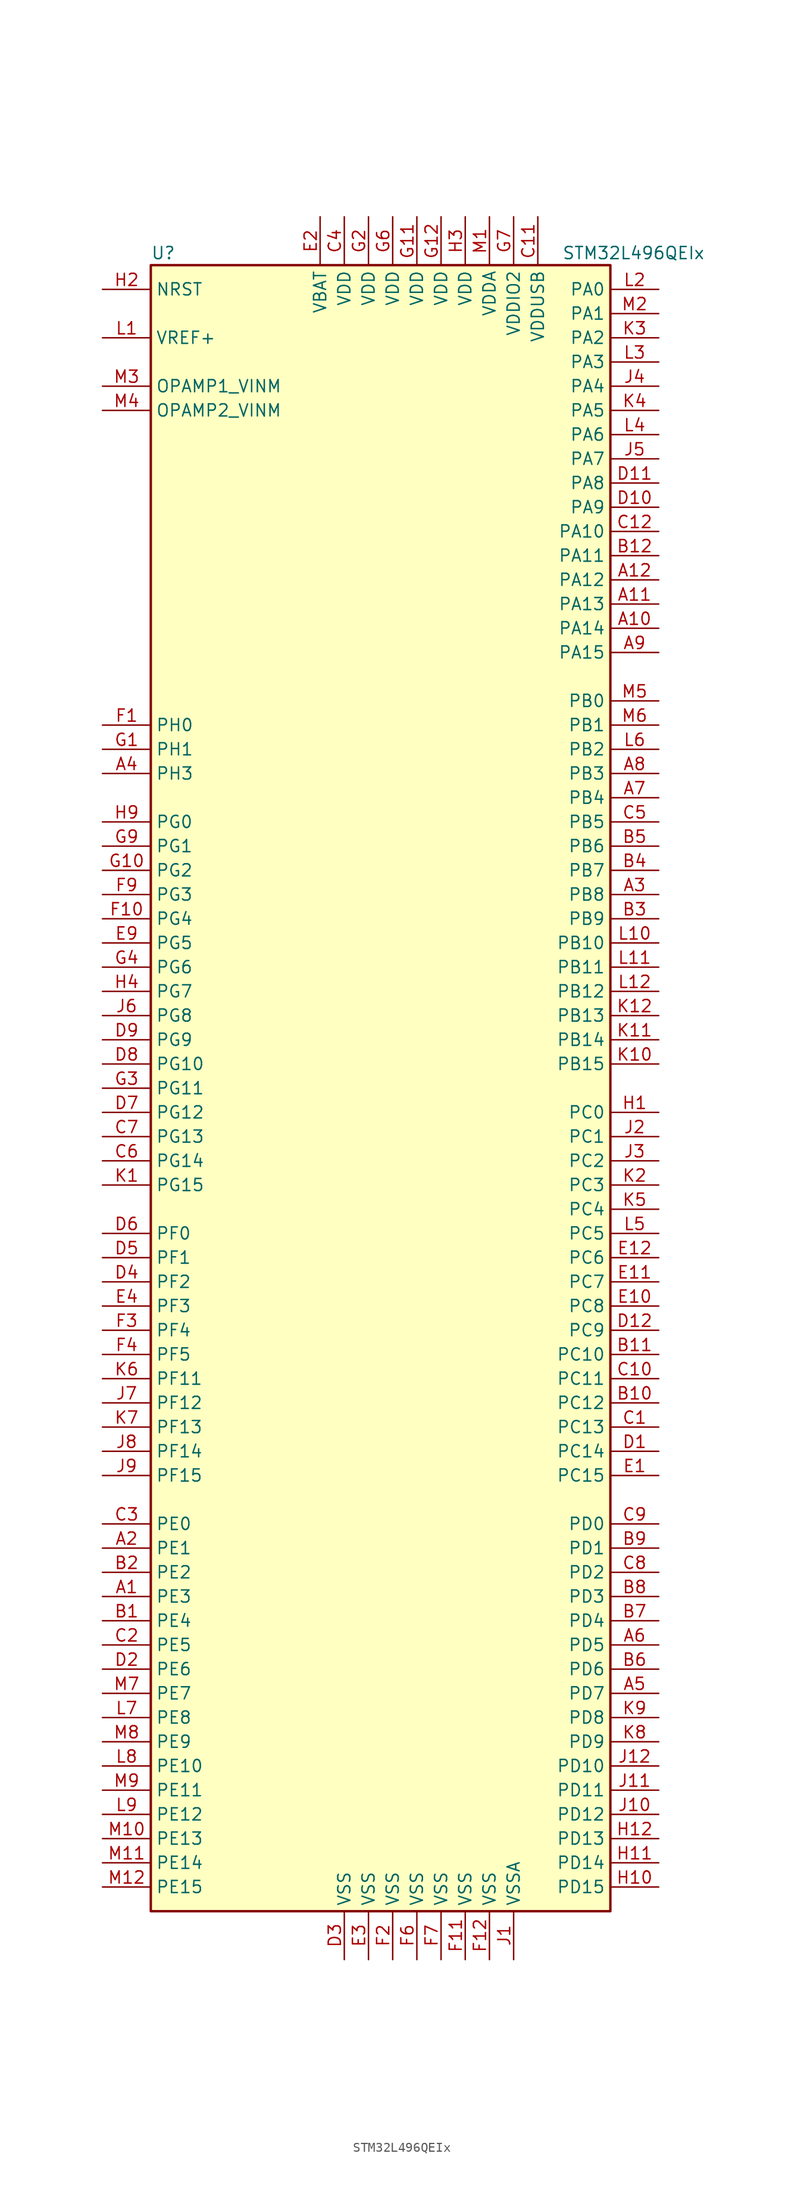
<source format=kicad_sym>
(kicad_symbol_lib
  (version 20220914)
  (generator kicad_symbol_editor)
  (symbol "STM32L496QEIx"
    (property "Reference" "U"
      (at -25.4 87.63 0)
      (effects (font (size 1.27 1.27)) (justify left)))
    (property "Value" "STM32L496QEIx"
      (at 17.78 87.63 0)
      (effects (font (size 1.27 1.27)) (justify left)))
    (symbol "STM32L496QEIx_0_1"
      (rectangle (start -25.4 -86.36) (end 22.86 86.36) (stroke (width 0.254) (type default)) (fill (type background))))
    (symbol "STM32L496QEIx_1_1"
      (pin bidirectional line (at -30.48 -53.34 0) (length 5.08) (name "PE3" (effects (font (size 1.27 1.27)))) (number "A1" (effects (font (size 1.27 1.27)))))
      (pin bidirectional line (at 27.94 48.26 180) (length 5.08) (name "PA14" (effects (font (size 1.27 1.27)))) (number "A10" (effects (font (size 1.27 1.27)))))
      (pin bidirectional line (at 27.94 50.8 180) (length 5.08) (name "PA13" (effects (font (size 1.27 1.27)))) (number "A11" (effects (font (size 1.27 1.27)))))
      (pin bidirectional line (at 27.94 53.34 180) (length 5.08) (name "PA12" (effects (font (size 1.27 1.27)))) (number "A12" (effects (font (size 1.27 1.27)))))
      (pin bidirectional line (at -30.48 -48.26 0) (length 5.08) (name "PE1" (effects (font (size 1.27 1.27)))) (number "A2" (effects (font (size 1.27 1.27)))))
      (pin bidirectional line (at 27.94 20.32 180) (length 5.08) (name "PB8" (effects (font (size 1.27 1.27)))) (number "A3" (effects (font (size 1.27 1.27)))))
      (pin bidirectional line (at -30.48 33.02 0) (length 5.08) (name "PH3" (effects (font (size 1.27 1.27)))) (number "A4" (effects (font (size 1.27 1.27)))))
      (pin bidirectional line (at 27.94 -63.5 180) (length 5.08) (name "PD7" (effects (font (size 1.27 1.27)))) (number "A5" (effects (font (size 1.27 1.27)))))
      (pin bidirectional line (at 27.94 -58.42 180) (length 5.08) (name "PD5" (effects (font (size 1.27 1.27)))) (number "A6" (effects (font (size 1.27 1.27)))))
      (pin bidirectional line (at 27.94 30.48 180) (length 5.08) (name "PB4" (effects (font (size 1.27 1.27)))) (number "A7" (effects (font (size 1.27 1.27)))))
      (pin bidirectional line (at 27.94 33.02 180) (length 5.08) (name "PB3" (effects (font (size 1.27 1.27)))) (number "A8" (effects (font (size 1.27 1.27)))))
      (pin bidirectional line (at 27.94 45.72 180) (length 5.08) (name "PA15" (effects (font (size 1.27 1.27)))) (number "A9" (effects (font (size 1.27 1.27)))))
      (pin bidirectional line (at -30.48 -55.88 0) (length 5.08) (name "PE4" (effects (font (size 1.27 1.27)))) (number "B1" (effects (font (size 1.27 1.27)))))
      (pin bidirectional line (at 27.94 -33.02 180) (length 5.08) (name "PC12" (effects (font (size 1.27 1.27)))) (number "B10" (effects (font (size 1.27 1.27)))))
      (pin bidirectional line (at 27.94 -27.94 180) (length 5.08) (name "PC10" (effects (font (size 1.27 1.27)))) (number "B11" (effects (font (size 1.27 1.27)))))
      (pin bidirectional line (at 27.94 55.88 180) (length 5.08) (name "PA11" (effects (font (size 1.27 1.27)))) (number "B12" (effects (font (size 1.27 1.27)))))
      (pin bidirectional line (at -30.48 -50.8 0) (length 5.08) (name "PE2" (effects (font (size 1.27 1.27)))) (number "B2" (effects (font (size 1.27 1.27)))))
      (pin bidirectional line (at 27.94 17.78 180) (length 5.08) (name "PB9" (effects (font (size 1.27 1.27)))) (number "B3" (effects (font (size 1.27 1.27)))))
      (pin bidirectional line (at 27.94 22.86 180) (length 5.08) (name "PB7" (effects (font (size 1.27 1.27)))) (number "B4" (effects (font (size 1.27 1.27)))))
      (pin bidirectional line (at 27.94 25.4 180) (length 5.08) (name "PB6" (effects (font (size 1.27 1.27)))) (number "B5" (effects (font (size 1.27 1.27)))))
      (pin bidirectional line (at 27.94 -60.96 180) (length 5.08) (name "PD6" (effects (font (size 1.27 1.27)))) (number "B6" (effects (font (size 1.27 1.27)))))
      (pin bidirectional line (at 27.94 -55.88 180) (length 5.08) (name "PD4" (effects (font (size 1.27 1.27)))) (number "B7" (effects (font (size 1.27 1.27)))))
      (pin bidirectional line (at 27.94 -53.34 180) (length 5.08) (name "PD3" (effects (font (size 1.27 1.27)))) (number "B8" (effects (font (size 1.27 1.27)))))
      (pin bidirectional line (at 27.94 -48.26 180) (length 5.08) (name "PD1" (effects (font (size 1.27 1.27)))) (number "B9" (effects (font (size 1.27 1.27)))))
      (pin bidirectional line (at 27.94 -35.56 180) (length 5.08) (name "PC13" (effects (font (size 1.27 1.27)))) (number "C1" (effects (font (size 1.27 1.27)))))
      (pin bidirectional line (at 27.94 -30.48 180) (length 5.08) (name "PC11" (effects (font (size 1.27 1.27)))) (number "C10" (effects (font (size 1.27 1.27)))))
      (pin power_in line (at 15.24 91.44 270) (length 5.08) (name "VDDUSB" (effects (font (size 1.27 1.27)))) (number "C11" (effects (font (size 1.27 1.27)))))
      (pin bidirectional line (at 27.94 58.42 180) (length 5.08) (name "PA10" (effects (font (size 1.27 1.27)))) (number "C12" (effects (font (size 1.27 1.27)))))
      (pin bidirectional line (at -30.48 -58.42 0) (length 5.08) (name "PE5" (effects (font (size 1.27 1.27)))) (number "C2" (effects (font (size 1.27 1.27)))))
      (pin bidirectional line (at -30.48 -45.72 0) (length 5.08) (name "PE0" (effects (font (size 1.27 1.27)))) (number "C3" (effects (font (size 1.27 1.27)))))
      (pin power_in line (at -5.08 91.44 270) (length 5.08) (name "VDD" (effects (font (size 1.27 1.27)))) (number "C4" (effects (font (size 1.27 1.27)))))
      (pin bidirectional line (at 27.94 27.94 180) (length 5.08) (name "PB5" (effects (font (size 1.27 1.27)))) (number "C5" (effects (font (size 1.27 1.27)))))
      (pin bidirectional line (at -30.48 -7.62 0) (length 5.08) (name "PG14" (effects (font (size 1.27 1.27)))) (number "C6" (effects (font (size 1.27 1.27)))))
      (pin bidirectional line (at -30.48 -5.08 0) (length 5.08) (name "PG13" (effects (font (size 1.27 1.27)))) (number "C7" (effects (font (size 1.27 1.27)))))
      (pin bidirectional line (at 27.94 -50.8 180) (length 5.08) (name "PD2" (effects (font (size 1.27 1.27)))) (number "C8" (effects (font (size 1.27 1.27)))))
      (pin bidirectional line (at 27.94 -45.72 180) (length 5.08) (name "PD0" (effects (font (size 1.27 1.27)))) (number "C9" (effects (font (size 1.27 1.27)))))
      (pin bidirectional line (at 27.94 -38.1 180) (length 5.08) (name "PC14" (effects (font (size 1.27 1.27)))) (number "D1" (effects (font (size 1.27 1.27)))))
      (pin bidirectional line (at 27.94 60.96 180) (length 5.08) (name "PA9" (effects (font (size 1.27 1.27)))) (number "D10" (effects (font (size 1.27 1.27)))))
      (pin bidirectional line (at 27.94 63.5 180) (length 5.08) (name "PA8" (effects (font (size 1.27 1.27)))) (number "D11" (effects (font (size 1.27 1.27)))))
      (pin bidirectional line (at 27.94 -25.4 180) (length 5.08) (name "PC9" (effects (font (size 1.27 1.27)))) (number "D12" (effects (font (size 1.27 1.27)))))
      (pin bidirectional line (at -30.48 -60.96 0) (length 5.08) (name "PE6" (effects (font (size 1.27 1.27)))) (number "D2" (effects (font (size 1.27 1.27)))))
      (pin power_in line (at -5.08 -91.44 90) (length 5.08) (name "VSS" (effects (font (size 1.27 1.27)))) (number "D3" (effects (font (size 1.27 1.27)))))
      (pin bidirectional line (at -30.48 -20.32 0) (length 5.08) (name "PF2" (effects (font (size 1.27 1.27)))) (number "D4" (effects (font (size 1.27 1.27)))))
      (pin bidirectional line (at -30.48 -17.78 0) (length 5.08) (name "PF1" (effects (font (size 1.27 1.27)))) (number "D5" (effects (font (size 1.27 1.27)))))
      (pin bidirectional line (at -30.48 -15.24 0) (length 5.08) (name "PF0" (effects (font (size 1.27 1.27)))) (number "D6" (effects (font (size 1.27 1.27)))))
      (pin bidirectional line (at -30.48 -2.54 0) (length 5.08) (name "PG12" (effects (font (size 1.27 1.27)))) (number "D7" (effects (font (size 1.27 1.27)))))
      (pin bidirectional line (at -30.48 2.54 0) (length 5.08) (name "PG10" (effects (font (size 1.27 1.27)))) (number "D8" (effects (font (size 1.27 1.27)))))
      (pin bidirectional line (at -30.48 5.08 0) (length 5.08) (name "PG9" (effects (font (size 1.27 1.27)))) (number "D9" (effects (font (size 1.27 1.27)))))
      (pin bidirectional line (at 27.94 -40.64 180) (length 5.08) (name "PC15" (effects (font (size 1.27 1.27)))) (number "E1" (effects (font (size 1.27 1.27)))))
      (pin bidirectional line (at 27.94 -22.86 180) (length 5.08) (name "PC8" (effects (font (size 1.27 1.27)))) (number "E10" (effects (font (size 1.27 1.27)))))
      (pin bidirectional line (at 27.94 -20.32 180) (length 5.08) (name "PC7" (effects (font (size 1.27 1.27)))) (number "E11" (effects (font (size 1.27 1.27)))))
      (pin bidirectional line (at 27.94 -17.78 180) (length 5.08) (name "PC6" (effects (font (size 1.27 1.27)))) (number "E12" (effects (font (size 1.27 1.27)))))
      (pin power_in line (at -7.62 91.44 270) (length 5.08) (name "VBAT" (effects (font (size 1.27 1.27)))) (number "E2" (effects (font (size 1.27 1.27)))))
      (pin power_in line (at -2.54 -91.44 90) (length 5.08) (name "VSS" (effects (font (size 1.27 1.27)))) (number "E3" (effects (font (size 1.27 1.27)))))
      (pin bidirectional line (at -30.48 -22.86 0) (length 5.08) (name "PF3" (effects (font (size 1.27 1.27)))) (number "E4" (effects (font (size 1.27 1.27)))))
      (pin bidirectional line (at -30.48 15.24 0) (length 5.08) (name "PG5" (effects (font (size 1.27 1.27)))) (number "E9" (effects (font (size 1.27 1.27)))))
      (pin input line (at -30.48 38.1 0) (length 5.08) (name "PH0" (effects (font (size 1.27 1.27)))) (number "F1" (effects (font (size 1.27 1.27)))))
      (pin bidirectional line (at -30.48 17.78 0) (length 5.08) (name "PG4" (effects (font (size 1.27 1.27)))) (number "F10" (effects (font (size 1.27 1.27)))))
      (pin power_in line (at 7.62 -91.44 90) (length 5.08) (name "VSS" (effects (font (size 1.27 1.27)))) (number "F11" (effects (font (size 1.27 1.27)))))
      (pin power_in line (at 10.16 -91.44 90) (length 5.08) (name "VSS" (effects (font (size 1.27 1.27)))) (number "F12" (effects (font (size 1.27 1.27)))))
      (pin power_in line (at 0 -91.44 90) (length 5.08) (name "VSS" (effects (font (size 1.27 1.27)))) (number "F2" (effects (font (size 1.27 1.27)))))
      (pin bidirectional line (at -30.48 -25.4 0) (length 5.08) (name "PF4" (effects (font (size 1.27 1.27)))) (number "F3" (effects (font (size 1.27 1.27)))))
      (pin bidirectional line (at -30.48 -27.94 0) (length 5.08) (name "PF5" (effects (font (size 1.27 1.27)))) (number "F4" (effects (font (size 1.27 1.27)))))
      (pin power_in line (at 2.54 -91.44 90) (length 5.08) (name "VSS" (effects (font (size 1.27 1.27)))) (number "F6" (effects (font (size 1.27 1.27)))))
      (pin power_in line (at 5.08 -91.44 90) (length 5.08) (name "VSS" (effects (font (size 1.27 1.27)))) (number "F7" (effects (font (size 1.27 1.27)))))
      (pin bidirectional line (at -30.48 20.32 0) (length 5.08) (name "PG3" (effects (font (size 1.27 1.27)))) (number "F9" (effects (font (size 1.27 1.27)))))
      (pin input line (at -30.48 35.56 0) (length 5.08) (name "PH1" (effects (font (size 1.27 1.27)))) (number "G1" (effects (font (size 1.27 1.27)))))
      (pin bidirectional line (at -30.48 22.86 0) (length 5.08) (name "PG2" (effects (font (size 1.27 1.27)))) (number "G10" (effects (font (size 1.27 1.27)))))
      (pin power_in line (at 2.54 91.44 270) (length 5.08) (name "VDD" (effects (font (size 1.27 1.27)))) (number "G11" (effects (font (size 1.27 1.27)))))
      (pin power_in line (at 5.08 91.44 270) (length 5.08) (name "VDD" (effects (font (size 1.27 1.27)))) (number "G12" (effects (font (size 1.27 1.27)))))
      (pin power_in line (at -2.54 91.44 270) (length 5.08) (name "VDD" (effects (font (size 1.27 1.27)))) (number "G2" (effects (font (size 1.27 1.27)))))
      (pin bidirectional line (at -30.48 0 0) (length 5.08) (name "PG11" (effects (font (size 1.27 1.27)))) (number "G3" (effects (font (size 1.27 1.27)))))
      (pin bidirectional line (at -30.48 12.7 0) (length 5.08) (name "PG6" (effects (font (size 1.27 1.27)))) (number "G4" (effects (font (size 1.27 1.27)))))
      (pin power_in line (at 0 91.44 270) (length 5.08) (name "VDD" (effects (font (size 1.27 1.27)))) (number "G6" (effects (font (size 1.27 1.27)))))
      (pin power_in line (at 12.7 91.44 270) (length 5.08) (name "VDDIO2" (effects (font (size 1.27 1.27)))) (number "G7" (effects (font (size 1.27 1.27)))))
      (pin bidirectional line (at -30.48 25.4 0) (length 5.08) (name "PG1" (effects (font (size 1.27 1.27)))) (number "G9" (effects (font (size 1.27 1.27)))))
      (pin bidirectional line (at 27.94 -2.54 180) (length 5.08) (name "PC0" (effects (font (size 1.27 1.27)))) (number "H1" (effects (font (size 1.27 1.27)))))
      (pin bidirectional line (at 27.94 -83.82 180) (length 5.08) (name "PD15" (effects (font (size 1.27 1.27)))) (number "H10" (effects (font (size 1.27 1.27)))))
      (pin bidirectional line (at 27.94 -81.28 180) (length 5.08) (name "PD14" (effects (font (size 1.27 1.27)))) (number "H11" (effects (font (size 1.27 1.27)))))
      (pin bidirectional line (at 27.94 -78.74 180) (length 5.08) (name "PD13" (effects (font (size 1.27 1.27)))) (number "H12" (effects (font (size 1.27 1.27)))))
      (pin input line (at -30.48 83.82 0) (length 5.08) (name "NRST" (effects (font (size 1.27 1.27)))) (number "H2" (effects (font (size 1.27 1.27)))))
      (pin power_in line (at 7.62 91.44 270) (length 5.08) (name "VDD" (effects (font (size 1.27 1.27)))) (number "H3" (effects (font (size 1.27 1.27)))))
      (pin bidirectional line (at -30.48 10.16 0) (length 5.08) (name "PG7" (effects (font (size 1.27 1.27)))) (number "H4" (effects (font (size 1.27 1.27)))))
      (pin bidirectional line (at -30.48 27.94 0) (length 5.08) (name "PG0" (effects (font (size 1.27 1.27)))) (number "H9" (effects (font (size 1.27 1.27)))))
      (pin power_in line (at 12.7 -91.44 90) (length 5.08) (name "VSSA" (effects (font (size 1.27 1.27)))) (number "J1" (effects (font (size 1.27 1.27)))))
      (pin bidirectional line (at 27.94 -76.2 180) (length 5.08) (name "PD12" (effects (font (size 1.27 1.27)))) (number "J10" (effects (font (size 1.27 1.27)))))
      (pin bidirectional line (at 27.94 -73.66 180) (length 5.08) (name "PD11" (effects (font (size 1.27 1.27)))) (number "J11" (effects (font (size 1.27 1.27)))))
      (pin bidirectional line (at 27.94 -71.12 180) (length 5.08) (name "PD10" (effects (font (size 1.27 1.27)))) (number "J12" (effects (font (size 1.27 1.27)))))
      (pin bidirectional line (at 27.94 -5.08 180) (length 5.08) (name "PC1" (effects (font (size 1.27 1.27)))) (number "J2" (effects (font (size 1.27 1.27)))))
      (pin bidirectional line (at 27.94 -7.62 180) (length 5.08) (name "PC2" (effects (font (size 1.27 1.27)))) (number "J3" (effects (font (size 1.27 1.27)))))
      (pin bidirectional line (at 27.94 73.66 180) (length 5.08) (name "PA4" (effects (font (size 1.27 1.27)))) (number "J4" (effects (font (size 1.27 1.27)))))
      (pin bidirectional line (at 27.94 66.04 180) (length 5.08) (name "PA7" (effects (font (size 1.27 1.27)))) (number "J5" (effects (font (size 1.27 1.27)))))
      (pin bidirectional line (at -30.48 7.62 0) (length 5.08) (name "PG8" (effects (font (size 1.27 1.27)))) (number "J6" (effects (font (size 1.27 1.27)))))
      (pin bidirectional line (at -30.48 -33.02 0) (length 5.08) (name "PF12" (effects (font (size 1.27 1.27)))) (number "J7" (effects (font (size 1.27 1.27)))))
      (pin bidirectional line (at -30.48 -38.1 0) (length 5.08) (name "PF14" (effects (font (size 1.27 1.27)))) (number "J8" (effects (font (size 1.27 1.27)))))
      (pin bidirectional line (at -30.48 -40.64 0) (length 5.08) (name "PF15" (effects (font (size 1.27 1.27)))) (number "J9" (effects (font (size 1.27 1.27)))))
      (pin bidirectional line (at -30.48 -10.16 0) (length 5.08) (name "PG15" (effects (font (size 1.27 1.27)))) (number "K1" (effects (font (size 1.27 1.27)))))
      (pin bidirectional line (at 27.94 2.54 180) (length 5.08) (name "PB15" (effects (font (size 1.27 1.27)))) (number "K10" (effects (font (size 1.27 1.27)))))
      (pin bidirectional line (at 27.94 5.08 180) (length 5.08) (name "PB14" (effects (font (size 1.27 1.27)))) (number "K11" (effects (font (size 1.27 1.27)))))
      (pin bidirectional line (at 27.94 7.62 180) (length 5.08) (name "PB13" (effects (font (size 1.27 1.27)))) (number "K12" (effects (font (size 1.27 1.27)))))
      (pin bidirectional line (at 27.94 -10.16 180) (length 5.08) (name "PC3" (effects (font (size 1.27 1.27)))) (number "K2" (effects (font (size 1.27 1.27)))))
      (pin bidirectional line (at 27.94 78.74 180) (length 5.08) (name "PA2" (effects (font (size 1.27 1.27)))) (number "K3" (effects (font (size 1.27 1.27)))))
      (pin bidirectional line (at 27.94 71.12 180) (length 5.08) (name "PA5" (effects (font (size 1.27 1.27)))) (number "K4" (effects (font (size 1.27 1.27)))))
      (pin bidirectional line (at 27.94 -12.7 180) (length 5.08) (name "PC4" (effects (font (size 1.27 1.27)))) (number "K5" (effects (font (size 1.27 1.27)))))
      (pin bidirectional line (at -30.48 -30.48 0) (length 5.08) (name "PF11" (effects (font (size 1.27 1.27)))) (number "K6" (effects (font (size 1.27 1.27)))))
      (pin bidirectional line (at -30.48 -35.56 0) (length 5.08) (name "PF13" (effects (font (size 1.27 1.27)))) (number "K7" (effects (font (size 1.27 1.27)))))
      (pin bidirectional line (at 27.94 -68.58 180) (length 5.08) (name "PD9" (effects (font (size 1.27 1.27)))) (number "K8" (effects (font (size 1.27 1.27)))))
      (pin bidirectional line (at 27.94 -66.04 180) (length 5.08) (name "PD8" (effects (font (size 1.27 1.27)))) (number "K9" (effects (font (size 1.27 1.27)))))
      (pin bidirectional line (at -30.48 78.74 0) (length 5.08) (name "VREF+" (effects (font (size 1.27 1.27)))) (number "L1" (effects (font (size 1.27 1.27)))))
      (pin bidirectional line (at 27.94 15.24 180) (length 5.08) (name "PB10" (effects (font (size 1.27 1.27)))) (number "L10" (effects (font (size 1.27 1.27)))))
      (pin bidirectional line (at 27.94 12.7 180) (length 5.08) (name "PB11" (effects (font (size 1.27 1.27)))) (number "L11" (effects (font (size 1.27 1.27)))))
      (pin bidirectional line (at 27.94 10.16 180) (length 5.08) (name "PB12" (effects (font (size 1.27 1.27)))) (number "L12" (effects (font (size 1.27 1.27)))))
      (pin bidirectional line (at 27.94 83.82 180) (length 5.08) (name "PA0" (effects (font (size 1.27 1.27)))) (number "L2" (effects (font (size 1.27 1.27)))))
      (pin bidirectional line (at 27.94 76.2 180) (length 5.08) (name "PA3" (effects (font (size 1.27 1.27)))) (number "L3" (effects (font (size 1.27 1.27)))))
      (pin bidirectional line (at 27.94 68.58 180) (length 5.08) (name "PA6" (effects (font (size 1.27 1.27)))) (number "L4" (effects (font (size 1.27 1.27)))))
      (pin bidirectional line (at 27.94 -15.24 180) (length 5.08) (name "PC5" (effects (font (size 1.27 1.27)))) (number "L5" (effects (font (size 1.27 1.27)))))
      (pin bidirectional line (at 27.94 35.56 180) (length 5.08) (name "PB2" (effects (font (size 1.27 1.27)))) (number "L6" (effects (font (size 1.27 1.27)))))
      (pin bidirectional line (at -30.48 -66.04 0) (length 5.08) (name "PE8" (effects (font (size 1.27 1.27)))) (number "L7" (effects (font (size 1.27 1.27)))))
      (pin bidirectional line (at -30.48 -71.12 0) (length 5.08) (name "PE10" (effects (font (size 1.27 1.27)))) (number "L8" (effects (font (size 1.27 1.27)))))
      (pin bidirectional line (at -30.48 -76.2 0) (length 5.08) (name "PE12" (effects (font (size 1.27 1.27)))) (number "L9" (effects (font (size 1.27 1.27)))))
      (pin power_in line (at 10.16 91.44 270) (length 5.08) (name "VDDA" (effects (font (size 1.27 1.27)))) (number "M1" (effects (font (size 1.27 1.27)))))
      (pin bidirectional line (at -30.48 -78.74 0) (length 5.08) (name "PE13" (effects (font (size 1.27 1.27)))) (number "M10" (effects (font (size 1.27 1.27)))))
      (pin bidirectional line (at -30.48 -81.28 0) (length 5.08) (name "PE14" (effects (font (size 1.27 1.27)))) (number "M11" (effects (font (size 1.27 1.27)))))
      (pin bidirectional line (at -30.48 -83.82 0) (length 5.08) (name "PE15" (effects (font (size 1.27 1.27)))) (number "M12" (effects (font (size 1.27 1.27)))))
      (pin bidirectional line (at 27.94 81.28 180) (length 5.08) (name "PA1" (effects (font (size 1.27 1.27)))) (number "M2" (effects (font (size 1.27 1.27)))))
      (pin bidirectional line (at -30.48 73.66 0) (length 5.08) (name "OPAMP1_VINM" (effects (font (size 1.27 1.27)))) (number "M3" (effects (font (size 1.27 1.27)))))
      (pin bidirectional line (at -30.48 71.12 0) (length 5.08) (name "OPAMP2_VINM" (effects (font (size 1.27 1.27)))) (number "M4" (effects (font (size 1.27 1.27)))))
      (pin bidirectional line (at 27.94 40.64 180) (length 5.08) (name "PB0" (effects (font (size 1.27 1.27)))) (number "M5" (effects (font (size 1.27 1.27)))))
      (pin bidirectional line (at 27.94 38.1 180) (length 5.08) (name "PB1" (effects (font (size 1.27 1.27)))) (number "M6" (effects (font (size 1.27 1.27)))))
      (pin bidirectional line (at -30.48 -63.5 0) (length 5.08) (name "PE7" (effects (font (size 1.27 1.27)))) (number "M7" (effects (font (size 1.27 1.27)))))
      (pin bidirectional line (at -30.48 -68.58 0) (length 5.08) (name "PE9" (effects (font (size 1.27 1.27)))) (number "M8" (effects (font (size 1.27 1.27)))))
      (pin bidirectional line (at -30.48 -73.66 0) (length 5.08) (name "PE11" (effects (font (size 1.27 1.27)))) (number "M9" (effects (font (size 1.27 1.27))))))))
</source>
